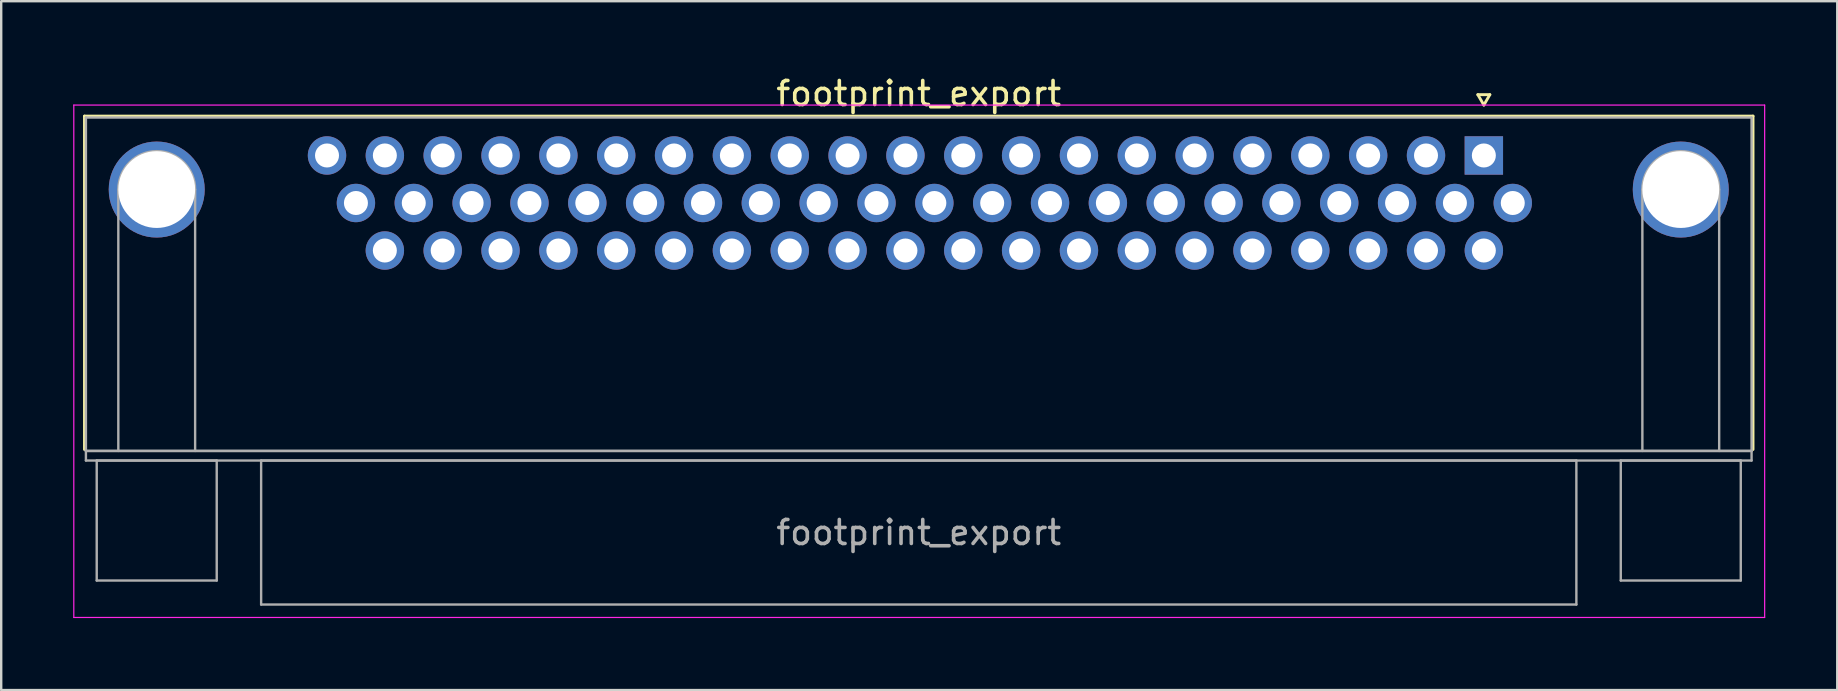
<source format=kicad_pcb>
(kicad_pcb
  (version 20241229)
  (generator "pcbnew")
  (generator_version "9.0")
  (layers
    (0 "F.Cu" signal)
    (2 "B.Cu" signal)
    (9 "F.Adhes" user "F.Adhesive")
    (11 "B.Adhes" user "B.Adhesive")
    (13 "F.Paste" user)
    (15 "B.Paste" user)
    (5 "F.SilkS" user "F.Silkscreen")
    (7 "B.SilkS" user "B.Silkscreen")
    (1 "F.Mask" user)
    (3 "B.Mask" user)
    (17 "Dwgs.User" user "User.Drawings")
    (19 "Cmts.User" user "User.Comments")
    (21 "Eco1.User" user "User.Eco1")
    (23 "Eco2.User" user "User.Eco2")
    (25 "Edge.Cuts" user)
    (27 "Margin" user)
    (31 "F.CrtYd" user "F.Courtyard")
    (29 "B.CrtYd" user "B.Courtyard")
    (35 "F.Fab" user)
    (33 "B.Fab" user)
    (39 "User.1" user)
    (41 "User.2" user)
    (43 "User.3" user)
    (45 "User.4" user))
  (footprint "footprint_export"
    (layer "F.Cu")
    (at 58.775 3.428)
    (property "Reference" "footprint_export" (at -23.545 -2.58 0) (layer "F.SilkS") (effects (font (size 1 1) (thickness 0.15))))
    (attr through_hole)
    (fp_line (start -58.305 -1.64) (end 11.215 -1.64) (stroke (width 0.12) (type solid)) (layer "F.SilkS"))
    (fp_line (start -58.305 12.25) (end -58.305 -1.64) (stroke (width 0.12) (type solid)) (layer "F.SilkS"))
    (fp_line (start -0.25 -2.534) (end 0.25 -2.534) (stroke (width 0.12) (type solid)) (layer "F.SilkS"))
    (fp_line (start 0 -2.101) (end -0.25 -2.534) (stroke (width 0.12) (type solid)) (layer "F.SilkS"))
    (fp_line (start 0.25 -2.534) (end 0 -2.101) (stroke (width 0.12) (type solid)) (layer "F.SilkS"))
    (fp_line (start 11.215 -1.64) (end 11.215 12.25) (stroke (width 0.12) (type solid)) (layer "F.SilkS"))
    (fp_line (start -58.75 -2.1) (end -58.75 19.25) (stroke (width 0.05) (type solid)) (layer "F.CrtYd"))
    (fp_line (start -58.75 19.25) (end 11.7 19.25) (stroke (width 0.05) (type solid)) (layer "F.CrtYd"))
    (fp_line (start 11.7 -2.1) (end -58.75 -2.1) (stroke (width 0.05) (type solid)) (layer "F.CrtYd"))
    (fp_line (start 11.7 19.25) (end 11.7 -2.1) (stroke (width 0.05) (type solid)) (layer "F.CrtYd"))
    (fp_line (start -58.245 -1.58) (end -58.245 12.31) (stroke (width 0.1) (type solid)) (layer "F.Fab"))
    (fp_line (start -58.245 12.31) (end -58.245 12.71) (stroke (width 0.1) (type solid)) (layer "F.Fab"))
    (fp_line (start -58.245 12.31) (end 11.155 12.31) (stroke (width 0.1) (type solid)) (layer "F.Fab"))
    (fp_line (start -58.245 12.71) (end 11.155 12.71) (stroke (width 0.1) (type solid)) (layer "F.Fab"))
    (fp_line (start -57.795 12.71) (end -57.795 17.71) (stroke (width 0.1) (type solid)) (layer "F.Fab"))
    (fp_line (start -57.795 17.71) (end -52.795 17.71) (stroke (width 0.1) (type solid)) (layer "F.Fab"))
    (fp_line (start -56.895 12.31) (end -56.895 1.42) (stroke (width 0.1) (type solid)) (layer "F.Fab"))
    (fp_line (start -53.695 12.31) (end -53.695 1.42) (stroke (width 0.1) (type solid)) (layer "F.Fab"))
    (fp_line (start -52.795 12.71) (end -57.795 12.71) (stroke (width 0.1) (type solid)) (layer "F.Fab"))
    (fp_line (start -52.795 17.71) (end -52.795 12.71) (stroke (width 0.1) (type solid)) (layer "F.Fab"))
    (fp_line (start -50.945 12.71) (end -50.945 18.71) (stroke (width 0.1) (type solid)) (layer "F.Fab"))
    (fp_line (start -50.945 18.71) (end 3.855 18.71) (stroke (width 0.1) (type solid)) (layer "F.Fab"))
    (fp_line (start 3.855 12.71) (end -50.945 12.71) (stroke (width 0.1) (type solid)) (layer "F.Fab"))
    (fp_line (start 3.855 18.71) (end 3.855 12.71) (stroke (width 0.1) (type solid)) (layer "F.Fab"))
    (fp_line (start 5.705 12.71) (end 5.705 17.71) (stroke (width 0.1) (type solid)) (layer "F.Fab"))
    (fp_line (start 5.705 17.71) (end 10.705 17.71) (stroke (width 0.1) (type solid)) (layer "F.Fab"))
    (fp_line (start 6.605 12.31) (end 6.605 1.42) (stroke (width 0.1) (type solid)) (layer "F.Fab"))
    (fp_line (start 9.805 12.31) (end 9.805 1.42) (stroke (width 0.1) (type solid)) (layer "F.Fab"))
    (fp_line (start 10.705 12.71) (end 5.705 12.71) (stroke (width 0.1) (type solid)) (layer "F.Fab"))
    (fp_line (start 10.705 17.71) (end 10.705 12.71) (stroke (width 0.1) (type solid)) (layer "F.Fab"))
    (fp_line (start 11.155 -1.58) (end -58.245 -1.58) (stroke (width 0.1) (type solid)) (layer "F.Fab"))
    (fp_line (start 11.155 12.31) (end -58.245 12.31) (stroke (width 0.1) (type solid)) (layer "F.Fab"))
    (fp_line (start 11.155 12.31) (end 11.155 -1.58) (stroke (width 0.1) (type solid)) (layer "F.Fab"))
    (fp_line (start 11.155 12.71) (end 11.155 12.31) (stroke (width 0.1) (type solid)) (layer "F.Fab"))
    (fp_arc (start -56.895 1.42) (mid -55.295 -0.18) (end -53.695 1.42) (stroke (width 0.1) (type solid)) (layer "F.Fab"))
    (fp_arc (start 6.605 1.42) (mid 8.205 -0.18) (end 9.805 1.42) (stroke (width 0.1) (type solid)) (layer "F.Fab"))
    (fp_text user "${REFERENCE}" (at -23.545 15.71 0) (layer "F.Fab") (effects (font (size 1 1) (thickness 0.15))))
    (pad "0" thru_hole circle (at -55.295 1.42) (size 4 4) (drill 3.2) (layers "*.Cu" "*.Mask"))
    (pad "0" thru_hole circle (at 8.205 1.42) (size 4 4) (drill 3.2) (layers "*.Cu" "*.Mask"))
    (pad "1" thru_hole rect (at 0 0) (size 1.6 1.6) (drill 1) (layers "*.Cu" "*.Mask"))
    (pad "2" thru_hole circle (at -2.41 0) (size 1.6 1.6) (drill 1) (layers "*.Cu" "*.Mask"))
    (pad "3" thru_hole circle (at -4.82 0) (size 1.6 1.6) (drill 1) (layers "*.Cu" "*.Mask"))
    (pad "4" thru_hole circle (at -7.23 0) (size 1.6 1.6) (drill 1) (layers "*.Cu" "*.Mask"))
    (pad "5" thru_hole circle (at -9.64 0) (size 1.6 1.6) (drill 1) (layers "*.Cu" "*.Mask"))
    (pad "6" thru_hole circle (at -12.05 0) (size 1.6 1.6) (drill 1) (layers "*.Cu" "*.Mask"))
    (pad "7" thru_hole circle (at -14.46 0) (size 1.6 1.6) (drill 1) (layers "*.Cu" "*.Mask"))
    (pad "8" thru_hole circle (at -16.87 0) (size 1.6 1.6) (drill 1) (layers "*.Cu" "*.Mask"))
    (pad "9" thru_hole circle (at -19.28 0) (size 1.6 1.6) (drill 1) (layers "*.Cu" "*.Mask"))
    (pad "10" thru_hole circle (at -21.69 0) (size 1.6 1.6) (drill 1) (layers "*.Cu" "*.Mask"))
    (pad "11" thru_hole circle (at -24.1 0) (size 1.6 1.6) (drill 1) (layers "*.Cu" "*.Mask"))
    (pad "12" thru_hole circle (at -26.51 0) (size 1.6 1.6) (drill 1) (layers "*.Cu" "*.Mask"))
    (pad "13" thru_hole circle (at -28.92 0) (size 1.6 1.6) (drill 1) (layers "*.Cu" "*.Mask"))
    (pad "14" thru_hole circle (at -31.33 0) (size 1.6 1.6) (drill 1) (layers "*.Cu" "*.Mask"))
    (pad "15" thru_hole circle (at -33.74 0) (size 1.6 1.6) (drill 1) (layers "*.Cu" "*.Mask"))
    (pad "16" thru_hole circle (at -36.15 0) (size 1.6 1.6) (drill 1) (layers "*.Cu" "*.Mask"))
    (pad "17" thru_hole circle (at -38.56 0) (size 1.6 1.6) (drill 1) (layers "*.Cu" "*.Mask"))
    (pad "18" thru_hole circle (at -40.97 0) (size 1.6 1.6) (drill 1) (layers "*.Cu" "*.Mask"))
    (pad "19" thru_hole circle (at -43.38 0) (size 1.6 1.6) (drill 1) (layers "*.Cu" "*.Mask"))
    (pad "20" thru_hole circle (at -45.79 0) (size 1.6 1.6) (drill 1) (layers "*.Cu" "*.Mask"))
    (pad "21" thru_hole circle (at -48.2 0) (size 1.6 1.6) (drill 1) (layers "*.Cu" "*.Mask"))
    (pad "22" thru_hole circle (at 1.205 1.98) (size 1.6 1.6) (drill 1) (layers "*.Cu" "*.Mask"))
    (pad "23" thru_hole circle (at -1.205 1.98) (size 1.6 1.6) (drill 1) (layers "*.Cu" "*.Mask"))
    (pad "24" thru_hole circle (at -3.615 1.98) (size 1.6 1.6) (drill 1) (layers "*.Cu" "*.Mask"))
    (pad "25" thru_hole circle (at -6.025 1.98) (size 1.6 1.6) (drill 1) (layers "*.Cu" "*.Mask"))
    (pad "26" thru_hole circle (at -8.435 1.98) (size 1.6 1.6) (drill 1) (layers "*.Cu" "*.Mask"))
    (pad "27" thru_hole circle (at -10.845 1.98) (size 1.6 1.6) (drill 1) (layers "*.Cu" "*.Mask"))
    (pad "28" thru_hole circle (at -13.255 1.98) (size 1.6 1.6) (drill 1) (layers "*.Cu" "*.Mask"))
    (pad "29" thru_hole circle (at -15.665 1.98) (size 1.6 1.6) (drill 1) (layers "*.Cu" "*.Mask"))
    (pad "30" thru_hole circle (at -18.075 1.98) (size 1.6 1.6) (drill 1) (layers "*.Cu" "*.Mask"))
    (pad "31" thru_hole circle (at -20.485 1.98) (size 1.6 1.6) (drill 1) (layers "*.Cu" "*.Mask"))
    (pad "32" thru_hole circle (at -22.895 1.98) (size 1.6 1.6) (drill 1) (layers "*.Cu" "*.Mask"))
    (pad "33" thru_hole circle (at -25.305 1.98) (size 1.6 1.6) (drill 1) (layers "*.Cu" "*.Mask"))
    (pad "34" thru_hole circle (at -27.715 1.98) (size 1.6 1.6) (drill 1) (layers "*.Cu" "*.Mask"))
    (pad "35" thru_hole circle (at -30.125 1.98) (size 1.6 1.6) (drill 1) (layers "*.Cu" "*.Mask"))
    (pad "36" thru_hole circle (at -32.535 1.98) (size 1.6 1.6) (drill 1) (layers "*.Cu" "*.Mask"))
    (pad "37" thru_hole circle (at -34.945 1.98) (size 1.6 1.6) (drill 1) (layers "*.Cu" "*.Mask"))
    (pad "38" thru_hole circle (at -37.355 1.98) (size 1.6 1.6) (drill 1) (layers "*.Cu" "*.Mask"))
    (pad "39" thru_hole circle (at -39.765 1.98) (size 1.6 1.6) (drill 1) (layers "*.Cu" "*.Mask"))
    (pad "40" thru_hole circle (at -42.175 1.98) (size 1.6 1.6) (drill 1) (layers "*.Cu" "*.Mask"))
    (pad "41" thru_hole circle (at -44.585 1.98) (size 1.6 1.6) (drill 1) (layers "*.Cu" "*.Mask"))
    (pad "42" thru_hole circle (at -46.995 1.98) (size 1.6 1.6) (drill 1) (layers "*.Cu" "*.Mask"))
    (pad "43" thru_hole circle (at 0 3.96) (size 1.6 1.6) (drill 1) (layers "*.Cu" "*.Mask"))
    (pad "44" thru_hole circle (at -2.41 3.96) (size 1.6 1.6) (drill 1) (layers "*.Cu" "*.Mask"))
    (pad "45" thru_hole circle (at -4.82 3.96) (size 1.6 1.6) (drill 1) (layers "*.Cu" "*.Mask"))
    (pad "46" thru_hole circle (at -7.23 3.96) (size 1.6 1.6) (drill 1) (layers "*.Cu" "*.Mask"))
    (pad "47" thru_hole circle (at -9.64 3.96) (size 1.6 1.6) (drill 1) (layers "*.Cu" "*.Mask"))
    (pad "48" thru_hole circle (at -12.05 3.96) (size 1.6 1.6) (drill 1) (layers "*.Cu" "*.Mask"))
    (pad "49" thru_hole circle (at -14.46 3.96) (size 1.6 1.6) (drill 1) (layers "*.Cu" "*.Mask"))
    (pad "50" thru_hole circle (at -16.87 3.96) (size 1.6 1.6) (drill 1) (layers "*.Cu" "*.Mask"))
    (pad "51" thru_hole circle (at -19.28 3.96) (size 1.6 1.6) (drill 1) (layers "*.Cu" "*.Mask"))
    (pad "52" thru_hole circle (at -21.69 3.96) (size 1.6 1.6) (drill 1) (layers "*.Cu" "*.Mask"))
    (pad "53" thru_hole circle (at -24.1 3.96) (size 1.6 1.6) (drill 1) (layers "*.Cu" "*.Mask"))
    (pad "54" thru_hole circle (at -26.51 3.96) (size 1.6 1.6) (drill 1) (layers "*.Cu" "*.Mask"))
    (pad "55" thru_hole circle (at -28.92 3.96) (size 1.6 1.6) (drill 1) (layers "*.Cu" "*.Mask"))
    (pad "56" thru_hole circle (at -31.33 3.96) (size 1.6 1.6) (drill 1) (layers "*.Cu" "*.Mask"))
    (pad "57" thru_hole circle (at -33.74 3.96) (size 1.6 1.6) (drill 1) (layers "*.Cu" "*.Mask"))
    (pad "58" thru_hole circle (at -36.15 3.96) (size 1.6 1.6) (drill 1) (layers "*.Cu" "*.Mask"))
    (pad "59" thru_hole circle (at -38.56 3.96) (size 1.6 1.6) (drill 1) (layers "*.Cu" "*.Mask"))
    (pad "60" thru_hole circle (at -40.97 3.96) (size 1.6 1.6) (drill 1) (layers "*.Cu" "*.Mask"))
    (pad "61" thru_hole circle (at -43.38 3.96) (size 1.6 1.6) (drill 1) (layers "*.Cu" "*.Mask"))
    (pad "62" thru_hole circle (at -45.79 3.96) (size 1.6 1.6) (drill 1) (layers "*.Cu" "*.Mask")))
  (gr_rect
    (start -3 -3)
    (end 73.5 25.703)
    (stroke (width 0.1) (type default))
    (fill no)
    (layer "Edge.Cuts")))
</source>
